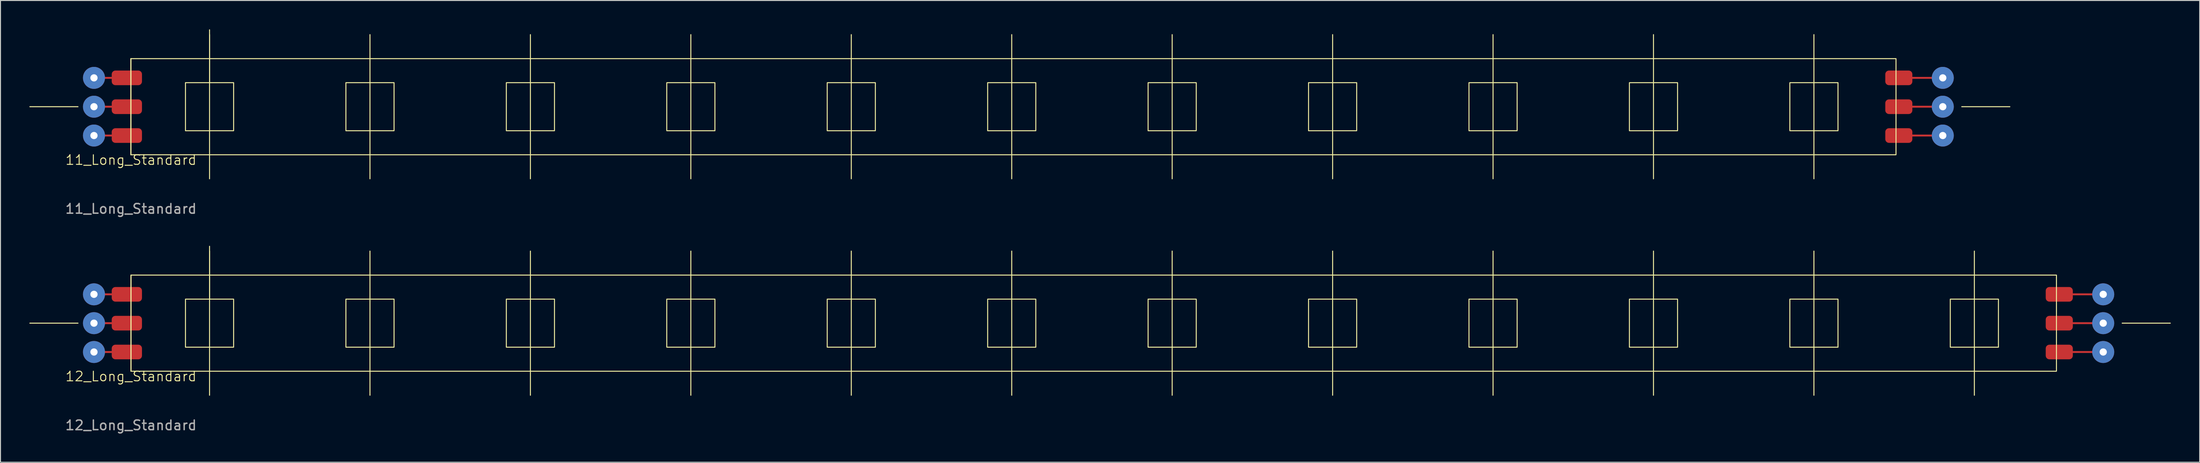
<source format=kicad_pcb>
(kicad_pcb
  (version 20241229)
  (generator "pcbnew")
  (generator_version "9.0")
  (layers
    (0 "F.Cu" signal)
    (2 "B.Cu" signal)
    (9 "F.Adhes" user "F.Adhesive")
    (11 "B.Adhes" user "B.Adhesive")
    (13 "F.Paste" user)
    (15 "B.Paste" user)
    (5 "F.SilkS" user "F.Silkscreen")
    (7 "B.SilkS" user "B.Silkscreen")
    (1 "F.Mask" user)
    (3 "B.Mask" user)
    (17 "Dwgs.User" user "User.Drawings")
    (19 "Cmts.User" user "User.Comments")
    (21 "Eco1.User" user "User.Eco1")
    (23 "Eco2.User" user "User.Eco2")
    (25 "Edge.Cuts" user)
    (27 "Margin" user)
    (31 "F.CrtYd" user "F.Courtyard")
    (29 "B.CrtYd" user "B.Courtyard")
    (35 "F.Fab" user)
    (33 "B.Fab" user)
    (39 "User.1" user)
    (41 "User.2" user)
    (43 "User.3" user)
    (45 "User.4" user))
  (footprint "12_Long_Standard"
    (layer "F.Cu")
    (at 18.708 30.568)
    (property "Reference" "12_Long_Standard" (at -8.158 5.54 0) (unlocked yes) (layer "F.SilkS") (effects (font (size 1 1) (thickness 0.1))))
    (attr smd)
    (fp_line (start -11.015 0) (end -10.158 0) (stroke (width 0.2) (type default)) (layer "F.Cu"))
    (fp_line (start -11 3) (end -10.143 3) (stroke (width 0.2) (type default)) (layer "F.Cu"))
    (fp_line (start -10.857 -3) (end -10 -3) (stroke (width 0.2) (type default)) (layer "F.Cu"))
    (fp_line (start 195.497 0) (end 193.482 0) (stroke (width 0.2) (type default)) (layer "F.Cu"))
    (fp_line (start 195.648 -3) (end 193.482 -3) (stroke (width 0.2) (type default)) (layer "F.Cu"))
    (fp_line (start 195.723 3) (end 193.482 3) (stroke (width 0.2) (type default)) (layer "F.Cu"))
    (fp_line (start -13.658 0) (end -18.658 0) (stroke (width 0.1) (type default)) (layer "F.SilkS"))
    (fp_line (start -8.158 -5) (end -8.158 5) (stroke (width 0.1) (type default)) (layer "F.SilkS"))
    (fp_line (start 0 -2.5) (end 0 -8) (stroke (width 0.1) (type default)) (layer "F.SilkS"))
    (fp_line (start 0 7.5) (end 0 -7.5) (stroke (width 0.1) (type default)) (layer "F.SilkS"))
    (fp_line (start 16.66 7.5) (end 16.66 -7.5) (stroke (width 0.1) (type default)) (layer "F.SilkS"))
    (fp_line (start 33.32 7.5) (end 33.32 -7.5) (stroke (width 0.1) (type default)) (layer "F.SilkS"))
    (fp_line (start 49.98 7.5) (end 49.98 -7.5) (stroke (width 0.1) (type default)) (layer "F.SilkS"))
    (fp_line (start 66.64 7.5) (end 66.64 -7.5) (stroke (width 0.1) (type default)) (layer "F.SilkS"))
    (fp_line (start 83.3 7.5) (end 83.3 -7.5) (stroke (width 0.1) (type default)) (layer "F.SilkS"))
    (fp_line (start 99.96 7.5) (end 99.96 -7.5) (stroke (width 0.1) (type default)) (layer "F.SilkS"))
    (fp_line (start 116.62 7.5) (end 116.62 -7.5) (stroke (width 0.1) (type default)) (layer "F.SilkS"))
    (fp_line (start 133.28 7.5) (end 133.28 -7.5) (stroke (width 0.1) (type default)) (layer "F.SilkS"))
    (fp_line (start 149.94 7.5) (end 149.94 -7.5) (stroke (width 0.1) (type default)) (layer "F.SilkS"))
    (fp_line (start 166.6 7.5) (end 166.6 -7.5) (stroke (width 0.1) (type default)) (layer "F.SilkS"))
    (fp_line (start 183.26 7.5) (end 183.26 -7.5) (stroke (width 0.1) (type default)) (layer "F.SilkS"))
    (fp_line (start 198.607 0) (end 203.607 0) (stroke (width 0.1) (type default)) (layer "F.SilkS"))
    (fp_rect (start -8.159 -5) (end 191.782 5) (stroke (width 0.1) (type default)) (fill no) (layer "F.SilkS"))
    (fp_rect (start -2.5 -2.5) (end 2.5 2.5) (stroke (width 0.1) (type default)) (fill no) (layer "F.SilkS"))
    (fp_rect (start 14.16 -2.5) (end 19.16 2.5) (stroke (width 0.1) (type default)) (fill no) (layer "F.SilkS"))
    (fp_rect (start 30.82 -2.5) (end 35.82 2.5) (stroke (width 0.1) (type default)) (fill no) (layer "F.SilkS"))
    (fp_rect (start 47.48 -2.5) (end 52.48 2.5) (stroke (width 0.1) (type default)) (fill no) (layer "F.SilkS"))
    (fp_rect (start 64.14 -2.5) (end 69.14 2.5) (stroke (width 0.1) (type default)) (fill no) (layer "F.SilkS"))
    (fp_rect (start 80.8 -2.5) (end 85.8 2.5) (stroke (width 0.1) (type default)) (fill no) (layer "F.SilkS"))
    (fp_rect (start 97.46 -2.5) (end 102.46 2.5) (stroke (width 0.1) (type default)) (fill no) (layer "F.SilkS"))
    (fp_rect (start 114.12 -2.5) (end 119.12 2.5) (stroke (width 0.1) (type default)) (fill no) (layer "F.SilkS"))
    (fp_rect (start 130.78 -2.5) (end 135.78 2.5) (stroke (width 0.1) (type default)) (fill no) (layer "F.SilkS"))
    (fp_rect (start 147.44 -2.5) (end 152.44 2.5) (stroke (width 0.1) (type default)) (fill no) (layer "F.SilkS"))
    (fp_rect (start 164.1 -2.5) (end 169.1 2.5) (stroke (width 0.1) (type default)) (fill no) (layer "F.SilkS"))
    (fp_rect (start 180.76 -2.5) (end 185.76 2.5) (stroke (width 0.1) (type default)) (fill no) (layer "F.SilkS"))
    (fp_text user "${REFERENCE}" (at -8.158 10.62 0) (unlocked yes) (layer "F.Fab") (effects (font (size 1 1) (thickness 0.15))))
    (pad "1" smd roundrect (at -8.586 3) (size 3.143 1.524) (layers "F.Cu" "F.Mask" "F.Paste") (roundrect_rratio 0.25))
    (pad "2" smd roundrect (at -8.586 0) (size 3.143 1.524) (layers "F.Cu" "F.Mask" "F.Paste") (roundrect_rratio 0.25))
    (pad "3" smd roundrect (at -8.586 -3) (size 3.143 1.524) (layers "F.Cu" "F.Mask" "F.Paste") (roundrect_rratio 0.25))
    (pad "4" smd roundrect (at 192.076 3) (size 2.813 1.524) (layers "F.Cu" "F.Mask" "F.Paste") (roundrect_rratio 0.25))
    (pad "5" smd roundrect (at 192.076 0) (size 2.813 1.524) (layers "F.Cu" "F.Mask" "F.Paste") (roundrect_rratio 0.25))
    (pad "6" smd roundrect (at 192.076 -3) (size 2.813 1.524) (layers "F.Cu" "F.Mask" "F.Paste") (roundrect_rratio 0.25))
    (pad "10" thru_hole circle (at -12 -3 90) (size 2.286 2.286) (drill 0.75) (layers "*.Cu" "*.Mask"))
    (pad "10" thru_hole circle (at -12 0 90) (size 2.286 2.286) (drill 0.75) (layers "*.Cu" "*.Mask"))
    (pad "10" thru_hole circle (at -12 3 90) (size 2.286 2.286) (drill 0.75) (layers "*.Cu" "*.Mask"))
    (pad "11" thru_hole circle (at 196.64 -3) (size 2.286 2.286) (drill 0.75) (layers "*.Cu" "*.Mask"))
    (pad "11" thru_hole circle (at 196.64 0) (size 2.286 2.286) (drill 0.75) (layers "*.Cu" "*.Mask"))
    (pad "11" thru_hole circle (at 196.64 3) (size 2.286 2.286) (drill 0.75) (layers "*.Cu" "*.Mask")))
  (footprint "11_Long_Standard"
    (layer "F.Cu")
    (at 18.708 8.05)
    (property "Reference" "11_Long_Standard" (at -8.158 5.54 0) (unlocked yes) (layer "F.SilkS") (effects (font (size 1 1) (thickness 0.1))))
    (attr smd)
    (fp_line (start -11.015 0) (end -10.158 0) (stroke (width 0.2) (type default)) (layer "F.Cu"))
    (fp_line (start -11 3) (end -10.143 3) (stroke (width 0.2) (type default)) (layer "F.Cu"))
    (fp_line (start -10.857 -3) (end -10 -3) (stroke (width 0.2) (type default)) (layer "F.Cu"))
    (fp_line (start 178.837 0) (end 176.822 0) (stroke (width 0.2) (type default)) (layer "F.Cu"))
    (fp_line (start 178.988 -3) (end 176.822 -3) (stroke (width 0.2) (type default)) (layer "F.Cu"))
    (fp_line (start 179.063 3) (end 176.822 3) (stroke (width 0.2) (type default)) (layer "F.Cu"))
    (fp_line (start -13.658 0) (end -18.658 0) (stroke (width 0.1) (type default)) (layer "F.SilkS"))
    (fp_line (start -8.158 -5) (end -8.158 5) (stroke (width 0.1) (type default)) (layer "F.SilkS"))
    (fp_line (start 0 -2.5) (end 0 -8) (stroke (width 0.1) (type default)) (layer "F.SilkS"))
    (fp_line (start 0 7.5) (end 0 -7.5) (stroke (width 0.1) (type default)) (layer "F.SilkS"))
    (fp_line (start 16.66 7.5) (end 16.66 -7.5) (stroke (width 0.1) (type default)) (layer "F.SilkS"))
    (fp_line (start 33.32 7.5) (end 33.32 -7.5) (stroke (width 0.1) (type default)) (layer "F.SilkS"))
    (fp_line (start 49.98 7.5) (end 49.98 -7.5) (stroke (width 0.1) (type default)) (layer "F.SilkS"))
    (fp_line (start 66.64 7.5) (end 66.64 -7.5) (stroke (width 0.1) (type default)) (layer "F.SilkS"))
    (fp_line (start 83.3 7.5) (end 83.3 -7.5) (stroke (width 0.1) (type default)) (layer "F.SilkS"))
    (fp_line (start 99.96 7.5) (end 99.96 -7.5) (stroke (width 0.1) (type default)) (layer "F.SilkS"))
    (fp_line (start 116.62 7.5) (end 116.62 -7.5) (stroke (width 0.1) (type default)) (layer "F.SilkS"))
    (fp_line (start 133.28 7.5) (end 133.28 -7.5) (stroke (width 0.1) (type default)) (layer "F.SilkS"))
    (fp_line (start 149.94 7.5) (end 149.94 -7.5) (stroke (width 0.1) (type default)) (layer "F.SilkS"))
    (fp_line (start 166.6 7.5) (end 166.6 -7.5) (stroke (width 0.1) (type default)) (layer "F.SilkS"))
    (fp_line (start 181.947 0) (end 186.947 0) (stroke (width 0.1) (type default)) (layer "F.SilkS"))
    (fp_rect (start -8.178 -5) (end 175.122 5) (stroke (width 0.1) (type default)) (fill no) (layer "F.SilkS"))
    (fp_rect (start -2.5 -2.5) (end 2.5 2.5) (stroke (width 0.1) (type default)) (fill no) (layer "F.SilkS"))
    (fp_rect (start 14.16 -2.5) (end 19.16 2.5) (stroke (width 0.1) (type default)) (fill no) (layer "F.SilkS"))
    (fp_rect (start 30.82 -2.5) (end 35.82 2.5) (stroke (width 0.1) (type default)) (fill no) (layer "F.SilkS"))
    (fp_rect (start 47.48 -2.5) (end 52.48 2.5) (stroke (width 0.1) (type default)) (fill no) (layer "F.SilkS"))
    (fp_rect (start 64.14 -2.5) (end 69.14 2.5) (stroke (width 0.1) (type default)) (fill no) (layer "F.SilkS"))
    (fp_rect (start 80.8 -2.5) (end 85.8 2.5) (stroke (width 0.1) (type default)) (fill no) (layer "F.SilkS"))
    (fp_rect (start 97.46 -2.5) (end 102.46 2.5) (stroke (width 0.1) (type default)) (fill no) (layer "F.SilkS"))
    (fp_rect (start 114.12 -2.5) (end 119.12 2.5) (stroke (width 0.1) (type default)) (fill no) (layer "F.SilkS"))
    (fp_rect (start 130.78 -2.5) (end 135.78 2.5) (stroke (width 0.1) (type default)) (fill no) (layer "F.SilkS"))
    (fp_rect (start 147.44 -2.5) (end 152.44 2.5) (stroke (width 0.1) (type default)) (fill no) (layer "F.SilkS"))
    (fp_rect (start 164.1 -2.5) (end 169.1 2.5) (stroke (width 0.1) (type default)) (fill no) (layer "F.SilkS"))
    (fp_text user "${REFERENCE}" (at -8.158 10.62 0) (unlocked yes) (layer "F.Fab") (effects (font (size 1 1) (thickness 0.15))))
    (pad "1" smd roundrect (at -8.586 3) (size 3.143 1.524) (layers "F.Cu" "F.Mask" "F.Paste") (roundrect_rratio 0.25))
    (pad "2" smd roundrect (at -8.586 0) (size 3.143 1.524) (layers "F.Cu" "F.Mask" "F.Paste") (roundrect_rratio 0.25))
    (pad "3" smd roundrect (at -8.586 -3) (size 3.143 1.524) (layers "F.Cu" "F.Mask" "F.Paste") (roundrect_rratio 0.25))
    (pad "4" smd roundrect (at 175.416 3) (size 2.813 1.524) (layers "F.Cu" "F.Mask" "F.Paste") (roundrect_rratio 0.25))
    (pad "5" smd roundrect (at 175.416 0) (size 2.813 1.524) (layers "F.Cu" "F.Mask" "F.Paste") (roundrect_rratio 0.25))
    (pad "6" smd roundrect (at 175.416 -3) (size 2.813 1.524) (layers "F.Cu" "F.Mask" "F.Paste") (roundrect_rratio 0.25))
    (pad "10" thru_hole circle (at -12 -3 90) (size 2.286 2.286) (drill 0.75) (layers "*.Cu" "*.Mask"))
    (pad "10" thru_hole circle (at -12 0 90) (size 2.286 2.286) (drill 0.75) (layers "*.Cu" "*.Mask"))
    (pad "10" thru_hole circle (at -12 3 90) (size 2.286 2.286) (drill 0.75) (layers "*.Cu" "*.Mask"))
    (pad "11" thru_hole circle (at 179.98 -3) (size 2.286 2.286) (drill 0.75) (layers "*.Cu" "*.Mask"))
    (pad "11" thru_hole circle (at 179.98 0) (size 2.286 2.286) (drill 0.75) (layers "*.Cu" "*.Mask"))
    (pad "11" thru_hole circle (at 179.98 3) (size 2.286 2.286) (drill 0.75) (layers "*.Cu" "*.Mask")))
  (gr_rect
    (start -3 -3)
    (end 225.365 45.036)
    (stroke (width 0.1) (type default))
    (fill no)
    (layer "Edge.Cuts")))
</source>
